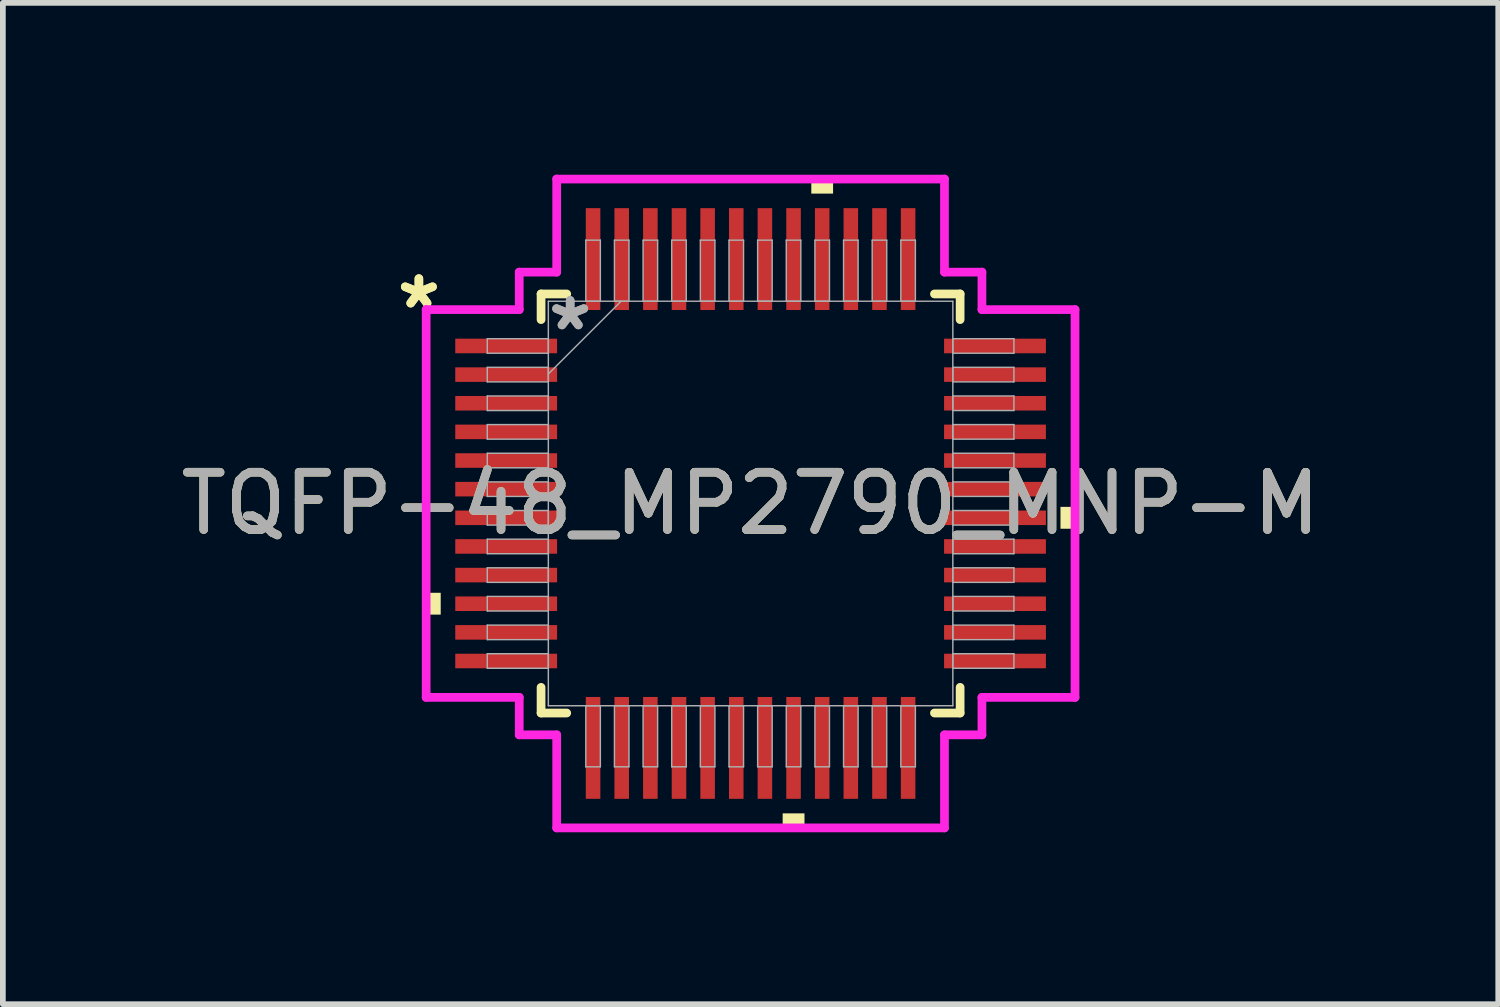
<source format=kicad_pcb>
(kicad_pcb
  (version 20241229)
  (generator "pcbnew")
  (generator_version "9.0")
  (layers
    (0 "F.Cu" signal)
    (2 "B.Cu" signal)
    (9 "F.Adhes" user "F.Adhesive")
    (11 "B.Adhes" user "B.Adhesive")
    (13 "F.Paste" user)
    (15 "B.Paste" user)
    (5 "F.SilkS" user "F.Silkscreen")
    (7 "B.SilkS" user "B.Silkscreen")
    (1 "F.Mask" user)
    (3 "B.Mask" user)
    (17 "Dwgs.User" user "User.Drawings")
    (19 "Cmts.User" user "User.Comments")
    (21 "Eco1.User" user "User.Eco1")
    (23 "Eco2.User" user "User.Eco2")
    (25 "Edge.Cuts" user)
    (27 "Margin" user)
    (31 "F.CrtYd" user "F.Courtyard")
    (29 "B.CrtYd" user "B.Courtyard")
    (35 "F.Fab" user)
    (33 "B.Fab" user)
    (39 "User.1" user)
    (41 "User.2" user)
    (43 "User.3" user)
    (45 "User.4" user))
  (footprint "TQFP-48_MP2790_MNP-M"
    (layer "F.Cu")
    (at 10.054 5.74)
    (property "Reference" "TQFP-48_MP2790_MNP-M" (at 0 0 0) (unlocked yes) (layer "F.SilkS") (effects (font (size 1 1) (thickness 0.15))))
    (attr smd)
    (fp_line (start -3.658 -3.658) (end -3.658 -3.21) (stroke (width 0.152) (type solid)) (layer "F.SilkS"))
    (fp_line (start -3.658 3.21) (end -3.658 3.658) (stroke (width 0.152) (type solid)) (layer "F.SilkS"))
    (fp_line (start -3.658 3.658) (end -3.21 3.658) (stroke (width 0.152) (type solid)) (layer "F.SilkS"))
    (fp_line (start -3.21 -3.658) (end -3.658 -3.658) (stroke (width 0.152) (type solid)) (layer "F.SilkS"))
    (fp_line (start 3.21 3.658) (end 3.658 3.658) (stroke (width 0.152) (type solid)) (layer "F.SilkS"))
    (fp_line (start 3.658 -3.658) (end 3.21 -3.658) (stroke (width 0.152) (type solid)) (layer "F.SilkS"))
    (fp_line (start 3.658 -3.21) (end 3.658 -3.658) (stroke (width 0.152) (type solid)) (layer "F.SilkS"))
    (fp_line (start 3.658 3.658) (end 3.658 3.21) (stroke (width 0.152) (type solid)) (layer "F.SilkS"))
    (fp_poly (pts (xy -5.664 1.559) (xy -5.664 1.94) (xy -5.41 1.94) (xy -5.41 1.559)) (stroke (width 0) (type solid)) (fill yes) (layer "F.SilkS"))
    (fp_poly (pts (xy 0.56 5.41) (xy 0.56 5.664) (xy 0.941 5.664) (xy 0.941 5.41)) (stroke (width 0) (type solid)) (fill yes) (layer "F.SilkS"))
    (fp_poly (pts (xy 1.06 -5.41) (xy 1.06 -5.664) (xy 1.44 -5.664) (xy 1.44 -5.41)) (stroke (width 0) (type solid)) (fill yes) (layer "F.SilkS"))
    (fp_poly (pts (xy 5.664 0.059) (xy 5.664 0.441) (xy 5.41 0.441) (xy 5.41 0.059)) (stroke (width 0) (type solid)) (fill yes) (layer "F.SilkS"))
    (fp_line (start -5.664 -3.385) (end -4.039 -3.385) (stroke (width 0.152) (type solid)) (layer "F.CrtYd"))
    (fp_line (start -5.664 3.385) (end -5.664 -3.385) (stroke (width 0.152) (type solid)) (layer "F.CrtYd"))
    (fp_line (start -4.039 -4.039) (end -3.385 -4.039) (stroke (width 0.152) (type solid)) (layer "F.CrtYd"))
    (fp_line (start -4.039 -3.385) (end -4.039 -4.039) (stroke (width 0.152) (type solid)) (layer "F.CrtYd"))
    (fp_line (start -4.039 3.385) (end -5.664 3.385) (stroke (width 0.152) (type solid)) (layer "F.CrtYd"))
    (fp_line (start -4.039 4.039) (end -4.039 3.385) (stroke (width 0.152) (type solid)) (layer "F.CrtYd"))
    (fp_line (start -4.039 4.039) (end -3.385 4.039) (stroke (width 0.152) (type solid)) (layer "F.CrtYd"))
    (fp_line (start -3.385 -5.664) (end 3.385 -5.664) (stroke (width 0.152) (type solid)) (layer "F.CrtYd"))
    (fp_line (start -3.385 -4.039) (end -3.385 -5.664) (stroke (width 0.152) (type solid)) (layer "F.CrtYd"))
    (fp_line (start -3.385 4.039) (end -3.385 5.664) (stroke (width 0.152) (type solid)) (layer "F.CrtYd"))
    (fp_line (start -3.385 5.664) (end 3.385 5.664) (stroke (width 0.152) (type solid)) (layer "F.CrtYd"))
    (fp_line (start 3.385 -5.664) (end 3.385 -4.039) (stroke (width 0.152) (type solid)) (layer "F.CrtYd"))
    (fp_line (start 3.385 -4.039) (end 4.039 -4.039) (stroke (width 0.152) (type solid)) (layer "F.CrtYd"))
    (fp_line (start 3.385 4.039) (end 4.039 4.039) (stroke (width 0.152) (type solid)) (layer "F.CrtYd"))
    (fp_line (start 3.385 5.664) (end 3.385 4.039) (stroke (width 0.152) (type solid)) (layer "F.CrtYd"))
    (fp_line (start 4.039 -3.385) (end 4.039 -4.039) (stroke (width 0.152) (type solid)) (layer "F.CrtYd"))
    (fp_line (start 4.039 3.385) (end 5.664 3.385) (stroke (width 0.152) (type solid)) (layer "F.CrtYd"))
    (fp_line (start 4.039 4.039) (end 4.039 3.385) (stroke (width 0.152) (type solid)) (layer "F.CrtYd"))
    (fp_line (start 5.664 -3.385) (end 4.039 -3.385) (stroke (width 0.152) (type solid)) (layer "F.CrtYd"))
    (fp_line (start 5.664 3.385) (end 5.664 -3.385) (stroke (width 0.152) (type solid)) (layer "F.CrtYd"))
    (fp_line (start -4.597 -2.877) (end -4.597 -2.623) (stroke (width 0.025) (type solid)) (layer "F.Fab"))
    (fp_line (start -4.597 -2.623) (end -3.531 -2.623) (stroke (width 0.025) (type solid)) (layer "F.Fab"))
    (fp_line (start -4.597 -2.377) (end -4.597 -2.123) (stroke (width 0.025) (type solid)) (layer "F.Fab"))
    (fp_line (start -4.597 -2.123) (end -3.531 -2.123) (stroke (width 0.025) (type solid)) (layer "F.Fab"))
    (fp_line (start -4.597 -1.877) (end -4.597 -1.623) (stroke (width 0.025) (type solid)) (layer "F.Fab"))
    (fp_line (start -4.597 -1.623) (end -3.531 -1.623) (stroke (width 0.025) (type solid)) (layer "F.Fab"))
    (fp_line (start -4.597 -1.377) (end -4.597 -1.123) (stroke (width 0.025) (type solid)) (layer "F.Fab"))
    (fp_line (start -4.597 -1.123) (end -3.531 -1.123) (stroke (width 0.025) (type solid)) (layer "F.Fab"))
    (fp_line (start -4.597 -0.877) (end -4.597 -0.623) (stroke (width 0.025) (type solid)) (layer "F.Fab"))
    (fp_line (start -4.597 -0.623) (end -3.531 -0.623) (stroke (width 0.025) (type solid)) (layer "F.Fab"))
    (fp_line (start -4.597 -0.377) (end -4.597 -0.123) (stroke (width 0.025) (type solid)) (layer "F.Fab"))
    (fp_line (start -4.597 -0.123) (end -3.531 -0.123) (stroke (width 0.025) (type solid)) (layer "F.Fab"))
    (fp_line (start -4.597 0.123) (end -4.597 0.377) (stroke (width 0.025) (type solid)) (layer "F.Fab"))
    (fp_line (start -4.597 0.377) (end -3.531 0.377) (stroke (width 0.025) (type solid)) (layer "F.Fab"))
    (fp_line (start -4.597 0.623) (end -4.597 0.877) (stroke (width 0.025) (type solid)) (layer "F.Fab"))
    (fp_line (start -4.597 0.877) (end -3.531 0.877) (stroke (width 0.025) (type solid)) (layer "F.Fab"))
    (fp_line (start -4.597 1.123) (end -4.597 1.377) (stroke (width 0.025) (type solid)) (layer "F.Fab"))
    (fp_line (start -4.597 1.377) (end -3.531 1.377) (stroke (width 0.025) (type solid)) (layer "F.Fab"))
    (fp_line (start -4.597 1.623) (end -4.597 1.877) (stroke (width 0.025) (type solid)) (layer "F.Fab"))
    (fp_line (start -4.597 1.877) (end -3.531 1.877) (stroke (width 0.025) (type solid)) (layer "F.Fab"))
    (fp_line (start -4.597 2.123) (end -4.597 2.377) (stroke (width 0.025) (type solid)) (layer "F.Fab"))
    (fp_line (start -4.597 2.377) (end -3.531 2.377) (stroke (width 0.025) (type solid)) (layer "F.Fab"))
    (fp_line (start -4.597 2.623) (end -4.597 2.877) (stroke (width 0.025) (type solid)) (layer "F.Fab"))
    (fp_line (start -4.597 2.877) (end -3.531 2.877) (stroke (width 0.025) (type solid)) (layer "F.Fab"))
    (fp_line (start -3.531 -3.531) (end -3.531 3.531) (stroke (width 0.025) (type solid)) (layer "F.Fab"))
    (fp_line (start -3.531 -2.877) (end -4.597 -2.877) (stroke (width 0.025) (type solid)) (layer "F.Fab"))
    (fp_line (start -3.531 -2.623) (end -3.531 -2.877) (stroke (width 0.025) (type solid)) (layer "F.Fab"))
    (fp_line (start -3.531 -2.377) (end -4.597 -2.377) (stroke (width 0.025) (type solid)) (layer "F.Fab"))
    (fp_line (start -3.531 -2.261) (end -2.261 -3.531) (stroke (width 0.025) (type solid)) (layer "F.Fab"))
    (fp_line (start -3.531 -2.123) (end -3.531 -2.377) (stroke (width 0.025) (type solid)) (layer "F.Fab"))
    (fp_line (start -3.531 -1.877) (end -4.597 -1.877) (stroke (width 0.025) (type solid)) (layer "F.Fab"))
    (fp_line (start -3.531 -1.623) (end -3.531 -1.877) (stroke (width 0.025) (type solid)) (layer "F.Fab"))
    (fp_line (start -3.531 -1.377) (end -4.597 -1.377) (stroke (width 0.025) (type solid)) (layer "F.Fab"))
    (fp_line (start -3.531 -1.123) (end -3.531 -1.377) (stroke (width 0.025) (type solid)) (layer "F.Fab"))
    (fp_line (start -3.531 -0.877) (end -4.597 -0.877) (stroke (width 0.025) (type solid)) (layer "F.Fab"))
    (fp_line (start -3.531 -0.623) (end -3.531 -0.877) (stroke (width 0.025) (type solid)) (layer "F.Fab"))
    (fp_line (start -3.531 -0.377) (end -4.597 -0.377) (stroke (width 0.025) (type solid)) (layer "F.Fab"))
    (fp_line (start -3.531 -0.123) (end -3.531 -0.377) (stroke (width 0.025) (type solid)) (layer "F.Fab"))
    (fp_line (start -3.531 0.123) (end -4.597 0.123) (stroke (width 0.025) (type solid)) (layer "F.Fab"))
    (fp_line (start -3.531 0.377) (end -3.531 0.123) (stroke (width 0.025) (type solid)) (layer "F.Fab"))
    (fp_line (start -3.531 0.623) (end -4.597 0.623) (stroke (width 0.025) (type solid)) (layer "F.Fab"))
    (fp_line (start -3.531 0.877) (end -3.531 0.623) (stroke (width 0.025) (type solid)) (layer "F.Fab"))
    (fp_line (start -3.531 1.123) (end -4.597 1.123) (stroke (width 0.025) (type solid)) (layer "F.Fab"))
    (fp_line (start -3.531 1.377) (end -3.531 1.123) (stroke (width 0.025) (type solid)) (layer "F.Fab"))
    (fp_line (start -3.531 1.623) (end -4.597 1.623) (stroke (width 0.025) (type solid)) (layer "F.Fab"))
    (fp_line (start -3.531 1.877) (end -3.531 1.623) (stroke (width 0.025) (type solid)) (layer "F.Fab"))
    (fp_line (start -3.531 2.123) (end -4.597 2.123) (stroke (width 0.025) (type solid)) (layer "F.Fab"))
    (fp_line (start -3.531 2.377) (end -3.531 2.123) (stroke (width 0.025) (type solid)) (layer "F.Fab"))
    (fp_line (start -3.531 2.623) (end -4.597 2.623) (stroke (width 0.025) (type solid)) (layer "F.Fab"))
    (fp_line (start -3.531 2.877) (end -3.531 2.623) (stroke (width 0.025) (type solid)) (layer "F.Fab"))
    (fp_line (start -3.531 3.531) (end 3.531 3.531) (stroke (width 0.025) (type solid)) (layer "F.Fab"))
    (fp_line (start -2.877 -4.597) (end -2.877 -3.531) (stroke (width 0.025) (type solid)) (layer "F.Fab"))
    (fp_line (start -2.877 -3.531) (end -2.623 -3.531) (stroke (width 0.025) (type solid)) (layer "F.Fab"))
    (fp_line (start -2.877 3.531) (end -2.877 4.597) (stroke (width 0.025) (type solid)) (layer "F.Fab"))
    (fp_line (start -2.877 4.597) (end -2.623 4.597) (stroke (width 0.025) (type solid)) (layer "F.Fab"))
    (fp_line (start -2.623 -4.597) (end -2.877 -4.597) (stroke (width 0.025) (type solid)) (layer "F.Fab"))
    (fp_line (start -2.623 -3.531) (end -2.623 -4.597) (stroke (width 0.025) (type solid)) (layer "F.Fab"))
    (fp_line (start -2.623 3.531) (end -2.877 3.531) (stroke (width 0.025) (type solid)) (layer "F.Fab"))
    (fp_line (start -2.623 4.597) (end -2.623 3.531) (stroke (width 0.025) (type solid)) (layer "F.Fab"))
    (fp_line (start -2.377 -4.597) (end -2.377 -3.531) (stroke (width 0.025) (type solid)) (layer "F.Fab"))
    (fp_line (start -2.377 -3.531) (end -2.123 -3.531) (stroke (width 0.025) (type solid)) (layer "F.Fab"))
    (fp_line (start -2.377 3.531) (end -2.377 4.597) (stroke (width 0.025) (type solid)) (layer "F.Fab"))
    (fp_line (start -2.377 4.597) (end -2.123 4.597) (stroke (width 0.025) (type solid)) (layer "F.Fab"))
    (fp_line (start -2.123 -4.597) (end -2.377 -4.597) (stroke (width 0.025) (type solid)) (layer "F.Fab"))
    (fp_line (start -2.123 -3.531) (end -2.123 -4.597) (stroke (width 0.025) (type solid)) (layer "F.Fab"))
    (fp_line (start -2.123 3.531) (end -2.377 3.531) (stroke (width 0.025) (type solid)) (layer "F.Fab"))
    (fp_line (start -2.123 4.597) (end -2.123 3.531) (stroke (width 0.025) (type solid)) (layer "F.Fab"))
    (fp_line (start -1.877 -4.597) (end -1.877 -3.531) (stroke (width 0.025) (type solid)) (layer "F.Fab"))
    (fp_line (start -1.877 -3.531) (end -1.623 -3.531) (stroke (width 0.025) (type solid)) (layer "F.Fab"))
    (fp_line (start -1.877 3.531) (end -1.877 4.597) (stroke (width 0.025) (type solid)) (layer "F.Fab"))
    (fp_line (start -1.877 4.597) (end -1.623 4.597) (stroke (width 0.025) (type solid)) (layer "F.Fab"))
    (fp_line (start -1.623 -4.597) (end -1.877 -4.597) (stroke (width 0.025) (type solid)) (layer "F.Fab"))
    (fp_line (start -1.623 -3.531) (end -1.623 -4.597) (stroke (width 0.025) (type solid)) (layer "F.Fab"))
    (fp_line (start -1.623 3.531) (end -1.877 3.531) (stroke (width 0.025) (type solid)) (layer "F.Fab"))
    (fp_line (start -1.623 4.597) (end -1.623 3.531) (stroke (width 0.025) (type solid)) (layer "F.Fab"))
    (fp_line (start -1.377 -4.597) (end -1.377 -3.531) (stroke (width 0.025) (type solid)) (layer "F.Fab"))
    (fp_line (start -1.377 -3.531) (end -1.123 -3.531) (stroke (width 0.025) (type solid)) (layer "F.Fab"))
    (fp_line (start -1.377 3.531) (end -1.377 4.597) (stroke (width 0.025) (type solid)) (layer "F.Fab"))
    (fp_line (start -1.377 4.597) (end -1.123 4.597) (stroke (width 0.025) (type solid)) (layer "F.Fab"))
    (fp_line (start -1.123 -4.597) (end -1.377 -4.597) (stroke (width 0.025) (type solid)) (layer "F.Fab"))
    (fp_line (start -1.123 -3.531) (end -1.123 -4.597) (stroke (width 0.025) (type solid)) (layer "F.Fab"))
    (fp_line (start -1.123 3.531) (end -1.377 3.531) (stroke (width 0.025) (type solid)) (layer "F.Fab"))
    (fp_line (start -1.123 4.597) (end -1.123 3.531) (stroke (width 0.025) (type solid)) (layer "F.Fab"))
    (fp_line (start -0.877 -4.597) (end -0.877 -3.531) (stroke (width 0.025) (type solid)) (layer "F.Fab"))
    (fp_line (start -0.877 -3.531) (end -0.623 -3.531) (stroke (width 0.025) (type solid)) (layer "F.Fab"))
    (fp_line (start -0.877 3.531) (end -0.877 4.597) (stroke (width 0.025) (type solid)) (layer "F.Fab"))
    (fp_line (start -0.877 4.597) (end -0.623 4.597) (stroke (width 0.025) (type solid)) (layer "F.Fab"))
    (fp_line (start -0.623 -4.597) (end -0.877 -4.597) (stroke (width 0.025) (type solid)) (layer "F.Fab"))
    (fp_line (start -0.623 -3.531) (end -0.623 -4.597) (stroke (width 0.025) (type solid)) (layer "F.Fab"))
    (fp_line (start -0.623 3.531) (end -0.877 3.531) (stroke (width 0.025) (type solid)) (layer "F.Fab"))
    (fp_line (start -0.623 4.597) (end -0.623 3.531) (stroke (width 0.025) (type solid)) (layer "F.Fab"))
    (fp_line (start -0.377 -4.597) (end -0.377 -3.531) (stroke (width 0.025) (type solid)) (layer "F.Fab"))
    (fp_line (start -0.377 -3.531) (end -0.123 -3.531) (stroke (width 0.025) (type solid)) (layer "F.Fab"))
    (fp_line (start -0.377 3.531) (end -0.377 4.597) (stroke (width 0.025) (type solid)) (layer "F.Fab"))
    (fp_line (start -0.377 4.597) (end -0.123 4.597) (stroke (width 0.025) (type solid)) (layer "F.Fab"))
    (fp_line (start -0.123 -4.597) (end -0.377 -4.597) (stroke (width 0.025) (type solid)) (layer "F.Fab"))
    (fp_line (start -0.123 -3.531) (end -0.123 -4.597) (stroke (width 0.025) (type solid)) (layer "F.Fab"))
    (fp_line (start -0.123 3.531) (end -0.377 3.531) (stroke (width 0.025) (type solid)) (layer "F.Fab"))
    (fp_line (start -0.123 4.597) (end -0.123 3.531) (stroke (width 0.025) (type solid)) (layer "F.Fab"))
    (fp_line (start 0.123 -4.597) (end 0.123 -3.531) (stroke (width 0.025) (type solid)) (layer "F.Fab"))
    (fp_line (start 0.123 -3.531) (end 0.377 -3.531) (stroke (width 0.025) (type solid)) (layer "F.Fab"))
    (fp_line (start 0.123 3.531) (end 0.123 4.597) (stroke (width 0.025) (type solid)) (layer "F.Fab"))
    (fp_line (start 0.123 4.597) (end 0.377 4.597) (stroke (width 0.025) (type solid)) (layer "F.Fab"))
    (fp_line (start 0.377 -4.597) (end 0.123 -4.597) (stroke (width 0.025) (type solid)) (layer "F.Fab"))
    (fp_line (start 0.377 -3.531) (end 0.377 -4.597) (stroke (width 0.025) (type solid)) (layer "F.Fab"))
    (fp_line (start 0.377 3.531) (end 0.123 3.531) (stroke (width 0.025) (type solid)) (layer "F.Fab"))
    (fp_line (start 0.377 4.597) (end 0.377 3.531) (stroke (width 0.025) (type solid)) (layer "F.Fab"))
    (fp_line (start 0.623 -4.597) (end 0.623 -3.531) (stroke (width 0.025) (type solid)) (layer "F.Fab"))
    (fp_line (start 0.623 -3.531) (end 0.877 -3.531) (stroke (width 0.025) (type solid)) (layer "F.Fab"))
    (fp_line (start 0.623 3.531) (end 0.623 4.597) (stroke (width 0.025) (type solid)) (layer "F.Fab"))
    (fp_line (start 0.623 4.597) (end 0.877 4.597) (stroke (width 0.025) (type solid)) (layer "F.Fab"))
    (fp_line (start 0.877 -4.597) (end 0.623 -4.597) (stroke (width 0.025) (type solid)) (layer "F.Fab"))
    (fp_line (start 0.877 -3.531) (end 0.877 -4.597) (stroke (width 0.025) (type solid)) (layer "F.Fab"))
    (fp_line (start 0.877 3.531) (end 0.623 3.531) (stroke (width 0.025) (type solid)) (layer "F.Fab"))
    (fp_line (start 0.877 4.597) (end 0.877 3.531) (stroke (width 0.025) (type solid)) (layer "F.Fab"))
    (fp_line (start 1.123 -4.597) (end 1.123 -3.531) (stroke (width 0.025) (type solid)) (layer "F.Fab"))
    (fp_line (start 1.123 -3.531) (end 1.377 -3.531) (stroke (width 0.025) (type solid)) (layer "F.Fab"))
    (fp_line (start 1.123 3.531) (end 1.123 4.597) (stroke (width 0.025) (type solid)) (layer "F.Fab"))
    (fp_line (start 1.123 4.597) (end 1.377 4.597) (stroke (width 0.025) (type solid)) (layer "F.Fab"))
    (fp_line (start 1.377 -4.597) (end 1.123 -4.597) (stroke (width 0.025) (type solid)) (layer "F.Fab"))
    (fp_line (start 1.377 -3.531) (end 1.377 -4.597) (stroke (width 0.025) (type solid)) (layer "F.Fab"))
    (fp_line (start 1.377 3.531) (end 1.123 3.531) (stroke (width 0.025) (type solid)) (layer "F.Fab"))
    (fp_line (start 1.377 4.597) (end 1.377 3.531) (stroke (width 0.025) (type solid)) (layer "F.Fab"))
    (fp_line (start 1.623 -4.597) (end 1.623 -3.531) (stroke (width 0.025) (type solid)) (layer "F.Fab"))
    (fp_line (start 1.623 -3.531) (end 1.877 -3.531) (stroke (width 0.025) (type solid)) (layer "F.Fab"))
    (fp_line (start 1.623 3.531) (end 1.623 4.597) (stroke (width 0.025) (type solid)) (layer "F.Fab"))
    (fp_line (start 1.623 4.597) (end 1.877 4.597) (stroke (width 0.025) (type solid)) (layer "F.Fab"))
    (fp_line (start 1.877 -4.597) (end 1.623 -4.597) (stroke (width 0.025) (type solid)) (layer "F.Fab"))
    (fp_line (start 1.877 -3.531) (end 1.877 -4.597) (stroke (width 0.025) (type solid)) (layer "F.Fab"))
    (fp_line (start 1.877 3.531) (end 1.623 3.531) (stroke (width 0.025) (type solid)) (layer "F.Fab"))
    (fp_line (start 1.877 4.597) (end 1.877 3.531) (stroke (width 0.025) (type solid)) (layer "F.Fab"))
    (fp_line (start 2.123 -4.597) (end 2.123 -3.531) (stroke (width 0.025) (type solid)) (layer "F.Fab"))
    (fp_line (start 2.123 -3.531) (end 2.377 -3.531) (stroke (width 0.025) (type solid)) (layer "F.Fab"))
    (fp_line (start 2.123 3.531) (end 2.123 4.597) (stroke (width 0.025) (type solid)) (layer "F.Fab"))
    (fp_line (start 2.123 4.597) (end 2.377 4.597) (stroke (width 0.025) (type solid)) (layer "F.Fab"))
    (fp_line (start 2.377 -4.597) (end 2.123 -4.597) (stroke (width 0.025) (type solid)) (layer "F.Fab"))
    (fp_line (start 2.377 -3.531) (end 2.377 -4.597) (stroke (width 0.025) (type solid)) (layer "F.Fab"))
    (fp_line (start 2.377 3.531) (end 2.123 3.531) (stroke (width 0.025) (type solid)) (layer "F.Fab"))
    (fp_line (start 2.377 4.597) (end 2.377 3.531) (stroke (width 0.025) (type solid)) (layer "F.Fab"))
    (fp_line (start 2.623 -4.597) (end 2.623 -3.531) (stroke (width 0.025) (type solid)) (layer "F.Fab"))
    (fp_line (start 2.623 -3.531) (end 2.877 -3.531) (stroke (width 0.025) (type solid)) (layer "F.Fab"))
    (fp_line (start 2.623 3.531) (end 2.623 4.597) (stroke (width 0.025) (type solid)) (layer "F.Fab"))
    (fp_line (start 2.623 4.597) (end 2.877 4.597) (stroke (width 0.025) (type solid)) (layer "F.Fab"))
    (fp_line (start 2.877 -4.597) (end 2.623 -4.597) (stroke (width 0.025) (type solid)) (layer "F.Fab"))
    (fp_line (start 2.877 -3.531) (end 2.877 -4.597) (stroke (width 0.025) (type solid)) (layer "F.Fab"))
    (fp_line (start 2.877 3.531) (end 2.623 3.531) (stroke (width 0.025) (type solid)) (layer "F.Fab"))
    (fp_line (start 2.877 4.597) (end 2.877 3.531) (stroke (width 0.025) (type solid)) (layer "F.Fab"))
    (fp_line (start 3.531 -3.531) (end -3.531 -3.531) (stroke (width 0.025) (type solid)) (layer "F.Fab"))
    (fp_line (start 3.531 -2.877) (end 3.531 -2.623) (stroke (width 0.025) (type solid)) (layer "F.Fab"))
    (fp_line (start 3.531 -2.623) (end 4.597 -2.623) (stroke (width 0.025) (type solid)) (layer "F.Fab"))
    (fp_line (start 3.531 -2.377) (end 3.531 -2.123) (stroke (width 0.025) (type solid)) (layer "F.Fab"))
    (fp_line (start 3.531 -2.123) (end 4.597 -2.123) (stroke (width 0.025) (type solid)) (layer "F.Fab"))
    (fp_line (start 3.531 -1.877) (end 3.531 -1.623) (stroke (width 0.025) (type solid)) (layer "F.Fab"))
    (fp_line (start 3.531 -1.623) (end 4.597 -1.623) (stroke (width 0.025) (type solid)) (layer "F.Fab"))
    (fp_line (start 3.531 -1.377) (end 3.531 -1.123) (stroke (width 0.025) (type solid)) (layer "F.Fab"))
    (fp_line (start 3.531 -1.123) (end 4.597 -1.123) (stroke (width 0.025) (type solid)) (layer "F.Fab"))
    (fp_line (start 3.531 -0.877) (end 3.531 -0.623) (stroke (width 0.025) (type solid)) (layer "F.Fab"))
    (fp_line (start 3.531 -0.623) (end 4.597 -0.623) (stroke (width 0.025) (type solid)) (layer "F.Fab"))
    (fp_line (start 3.531 -0.377) (end 3.531 -0.123) (stroke (width 0.025) (type solid)) (layer "F.Fab"))
    (fp_line (start 3.531 -0.123) (end 4.597 -0.123) (stroke (width 0.025) (type solid)) (layer "F.Fab"))
    (fp_line (start 3.531 0.123) (end 3.531 0.377) (stroke (width 0.025) (type solid)) (layer "F.Fab"))
    (fp_line (start 3.531 0.377) (end 4.597 0.377) (stroke (width 0.025) (type solid)) (layer "F.Fab"))
    (fp_line (start 3.531 0.623) (end 3.531 0.877) (stroke (width 0.025) (type solid)) (layer "F.Fab"))
    (fp_line (start 3.531 0.877) (end 4.597 0.877) (stroke (width 0.025) (type solid)) (layer "F.Fab"))
    (fp_line (start 3.531 1.123) (end 3.531 1.377) (stroke (width 0.025) (type solid)) (layer "F.Fab"))
    (fp_line (start 3.531 1.377) (end 4.597 1.377) (stroke (width 0.025) (type solid)) (layer "F.Fab"))
    (fp_line (start 3.531 1.623) (end 3.531 1.877) (stroke (width 0.025) (type solid)) (layer "F.Fab"))
    (fp_line (start 3.531 1.877) (end 4.597 1.877) (stroke (width 0.025) (type solid)) (layer "F.Fab"))
    (fp_line (start 3.531 2.123) (end 3.531 2.377) (stroke (width 0.025) (type solid)) (layer "F.Fab"))
    (fp_line (start 3.531 2.377) (end 4.597 2.377) (stroke (width 0.025) (type solid)) (layer "F.Fab"))
    (fp_line (start 3.531 2.623) (end 3.531 2.877) (stroke (width 0.025) (type solid)) (layer "F.Fab"))
    (fp_line (start 3.531 2.877) (end 4.597 2.877) (stroke (width 0.025) (type solid)) (layer "F.Fab"))
    (fp_line (start 3.531 3.531) (end 3.531 -3.531) (stroke (width 0.025) (type solid)) (layer "F.Fab"))
    (fp_line (start 4.597 -2.877) (end 3.531 -2.877) (stroke (width 0.025) (type solid)) (layer "F.Fab"))
    (fp_line (start 4.597 -2.623) (end 4.597 -2.877) (stroke (width 0.025) (type solid)) (layer "F.Fab"))
    (fp_line (start 4.597 -2.377) (end 3.531 -2.377) (stroke (width 0.025) (type solid)) (layer "F.Fab"))
    (fp_line (start 4.597 -2.123) (end 4.597 -2.377) (stroke (width 0.025) (type solid)) (layer "F.Fab"))
    (fp_line (start 4.597 -1.877) (end 3.531 -1.877) (stroke (width 0.025) (type solid)) (layer "F.Fab"))
    (fp_line (start 4.597 -1.623) (end 4.597 -1.877) (stroke (width 0.025) (type solid)) (layer "F.Fab"))
    (fp_line (start 4.597 -1.377) (end 3.531 -1.377) (stroke (width 0.025) (type solid)) (layer "F.Fab"))
    (fp_line (start 4.597 -1.123) (end 4.597 -1.377) (stroke (width 0.025) (type solid)) (layer "F.Fab"))
    (fp_line (start 4.597 -0.877) (end 3.531 -0.877) (stroke (width 0.025) (type solid)) (layer "F.Fab"))
    (fp_line (start 4.597 -0.623) (end 4.597 -0.877) (stroke (width 0.025) (type solid)) (layer "F.Fab"))
    (fp_line (start 4.597 -0.377) (end 3.531 -0.377) (stroke (width 0.025) (type solid)) (layer "F.Fab"))
    (fp_line (start 4.597 -0.123) (end 4.597 -0.377) (stroke (width 0.025) (type solid)) (layer "F.Fab"))
    (fp_line (start 4.597 0.123) (end 3.531 0.123) (stroke (width 0.025) (type solid)) (layer "F.Fab"))
    (fp_line (start 4.597 0.377) (end 4.597 0.123) (stroke (width 0.025) (type solid)) (layer "F.Fab"))
    (fp_line (start 4.597 0.623) (end 3.531 0.623) (stroke (width 0.025) (type solid)) (layer "F.Fab"))
    (fp_line (start 4.597 0.877) (end 4.597 0.623) (stroke (width 0.025) (type solid)) (layer "F.Fab"))
    (fp_line (start 4.597 1.123) (end 3.531 1.123) (stroke (width 0.025) (type solid)) (layer "F.Fab"))
    (fp_line (start 4.597 1.377) (end 4.597 1.123) (stroke (width 0.025) (type solid)) (layer "F.Fab"))
    (fp_line (start 4.597 1.623) (end 3.531 1.623) (stroke (width 0.025) (type solid)) (layer "F.Fab"))
    (fp_line (start 4.597 1.877) (end 4.597 1.623) (stroke (width 0.025) (type solid)) (layer "F.Fab"))
    (fp_line (start 4.597 2.123) (end 3.531 2.123) (stroke (width 0.025) (type solid)) (layer "F.Fab"))
    (fp_line (start 4.597 2.377) (end 4.597 2.123) (stroke (width 0.025) (type solid)) (layer "F.Fab"))
    (fp_line (start 4.597 2.623) (end 3.531 2.623) (stroke (width 0.025) (type solid)) (layer "F.Fab"))
    (fp_line (start 4.597 2.877) (end 4.597 2.623) (stroke (width 0.025) (type solid)) (layer "F.Fab"))
    (fp_text user "*" (at -5.791 -3.381 0) (unlocked yes) (layer "F.SilkS") (effects (font (size 1 1) (thickness 0.15))))
    (fp_text user "*" (at -5.791 -3.381 0) (layer "F.SilkS") (effects (font (size 1 1) (thickness 0.15))))
    (fp_text user "*" (at -3.15 -3 0) (layer "F.Fab") (effects (font (size 1 1) (thickness 0.15))))
    (fp_text user "*" (at -3.15 -3 0) (unlocked yes) (layer "F.Fab") (effects (font (size 1 1) (thickness 0.15))))
    (fp_text user "${REFERENCE}" (at 0 0 0) (unlocked yes) (layer "F.Fab") (effects (font (size 1 1) (thickness 0.15))))
    (pad "1" smd rect (at -4.267 -2.75 90) (size 0.254 1.778) (layers "F.Cu" "F.Mask" "F.Paste"))
    (pad "2" smd rect (at -4.267 -2.25 90) (size 0.254 1.778) (layers "F.Cu" "F.Mask" "F.Paste"))
    (pad "3" smd rect (at -4.267 -1.75 90) (size 0.254 1.778) (layers "F.Cu" "F.Mask" "F.Paste"))
    (pad "4" smd rect (at -4.267 -1.25 90) (size 0.254 1.778) (layers "F.Cu" "F.Mask" "F.Paste"))
    (pad "5" smd rect (at -4.267 -0.75 90) (size 0.254 1.778) (layers "F.Cu" "F.Mask" "F.Paste"))
    (pad "6" smd rect (at -4.267 -0.25 90) (size 0.254 1.778) (layers "F.Cu" "F.Mask" "F.Paste"))
    (pad "7" smd rect (at -4.267 0.25 90) (size 0.254 1.778) (layers "F.Cu" "F.Mask" "F.Paste"))
    (pad "8" smd rect (at -4.267 0.75 90) (size 0.254 1.778) (layers "F.Cu" "F.Mask" "F.Paste"))
    (pad "9" smd rect (at -4.267 1.25 90) (size 0.254 1.778) (layers "F.Cu" "F.Mask" "F.Paste"))
    (pad "10" smd rect (at -4.267 1.75 90) (size 0.254 1.778) (layers "F.Cu" "F.Mask" "F.Paste"))
    (pad "11" smd rect (at -4.267 2.25 90) (size 0.254 1.778) (layers "F.Cu" "F.Mask" "F.Paste"))
    (pad "12" smd rect (at -4.267 2.75 90) (size 0.254 1.778) (layers "F.Cu" "F.Mask" "F.Paste"))
    (pad "13" smd rect (at -2.75 4.267) (size 0.254 1.778) (layers "F.Cu" "F.Mask" "F.Paste"))
    (pad "14" smd rect (at -2.25 4.267) (size 0.254 1.778) (layers "F.Cu" "F.Mask" "F.Paste"))
    (pad "15" smd rect (at -1.75 4.267) (size 0.254 1.778) (layers "F.Cu" "F.Mask" "F.Paste"))
    (pad "16" smd rect (at -1.25 4.267) (size 0.254 1.778) (layers "F.Cu" "F.Mask" "F.Paste"))
    (pad "17" smd rect (at -0.75 4.267) (size 0.254 1.778) (layers "F.Cu" "F.Mask" "F.Paste"))
    (pad "18" smd rect (at -0.25 4.267) (size 0.254 1.778) (layers "F.Cu" "F.Mask" "F.Paste"))
    (pad "19" smd rect (at 0.25 4.267) (size 0.254 1.778) (layers "F.Cu" "F.Mask" "F.Paste"))
    (pad "20" smd rect (at 0.75 4.267) (size 0.254 1.778) (layers "F.Cu" "F.Mask" "F.Paste"))
    (pad "21" smd rect (at 1.25 4.267) (size 0.254 1.778) (layers "F.Cu" "F.Mask" "F.Paste"))
    (pad "22" smd rect (at 1.75 4.267) (size 0.254 1.778) (layers "F.Cu" "F.Mask" "F.Paste"))
    (pad "23" smd rect (at 2.25 4.267) (size 0.254 1.778) (layers "F.Cu" "F.Mask" "F.Paste"))
    (pad "24" smd rect (at 2.75 4.267) (size 0.254 1.778) (layers "F.Cu" "F.Mask" "F.Paste"))
    (pad "25" smd rect (at 4.267 2.75 90) (size 0.254 1.778) (layers "F.Cu" "F.Mask" "F.Paste"))
    (pad "26" smd rect (at 4.267 2.25 90) (size 0.254 1.778) (layers "F.Cu" "F.Mask" "F.Paste"))
    (pad "27" smd rect (at 4.267 1.75 90) (size 0.254 1.778) (layers "F.Cu" "F.Mask" "F.Paste"))
    (pad "28" smd rect (at 4.267 1.25 90) (size 0.254 1.778) (layers "F.Cu" "F.Mask" "F.Paste"))
    (pad "29" smd rect (at 4.267 0.75 90) (size 0.254 1.778) (layers "F.Cu" "F.Mask" "F.Paste"))
    (pad "30" smd rect (at 4.267 0.25 90) (size 0.254 1.778) (layers "F.Cu" "F.Mask" "F.Paste"))
    (pad "31" smd rect (at 4.267 -0.25 90) (size 0.254 1.778) (layers "F.Cu" "F.Mask" "F.Paste"))
    (pad "32" smd rect (at 4.267 -0.75 90) (size 0.254 1.778) (layers "F.Cu" "F.Mask" "F.Paste"))
    (pad "33" smd rect (at 4.267 -1.25 90) (size 0.254 1.778) (layers "F.Cu" "F.Mask" "F.Paste"))
    (pad "34" smd rect (at 4.267 -1.75 90) (size 0.254 1.778) (layers "F.Cu" "F.Mask" "F.Paste"))
    (pad "35" smd rect (at 4.267 -2.25 90) (size 0.254 1.778) (layers "F.Cu" "F.Mask" "F.Paste"))
    (pad "36" smd rect (at 4.267 -2.75 90) (size 0.254 1.778) (layers "F.Cu" "F.Mask" "F.Paste"))
    (pad "37" smd rect (at 2.75 -4.267) (size 0.254 1.778) (layers "F.Cu" "F.Mask" "F.Paste"))
    (pad "38" smd rect (at 2.25 -4.267) (size 0.254 1.778) (layers "F.Cu" "F.Mask" "F.Paste"))
    (pad "39" smd rect (at 1.75 -4.267) (size 0.254 1.778) (layers "F.Cu" "F.Mask" "F.Paste"))
    (pad "40" smd rect (at 1.25 -4.267) (size 0.254 1.778) (layers "F.Cu" "F.Mask" "F.Paste"))
    (pad "41" smd rect (at 0.75 -4.267) (size 0.254 1.778) (layers "F.Cu" "F.Mask" "F.Paste"))
    (pad "42" smd rect (at 0.25 -4.267) (size 0.254 1.778) (layers "F.Cu" "F.Mask" "F.Paste"))
    (pad "43" smd rect (at -0.25 -4.267) (size 0.254 1.778) (layers "F.Cu" "F.Mask" "F.Paste"))
    (pad "44" smd rect (at -0.75 -4.267) (size 0.254 1.778) (layers "F.Cu" "F.Mask" "F.Paste"))
    (pad "45" smd rect (at -1.25 -4.267) (size 0.254 1.778) (layers "F.Cu" "F.Mask" "F.Paste"))
    (pad "46" smd rect (at -1.75 -4.267) (size 0.254 1.778) (layers "F.Cu" "F.Mask" "F.Paste"))
    (pad "47" smd rect (at -2.25 -4.267) (size 0.254 1.778) (layers "F.Cu" "F.Mask" "F.Paste"))
    (pad "48" smd rect (at -2.75 -4.267) (size 0.254 1.778) (layers "F.Cu" "F.Mask" "F.Paste")))
  (gr_rect
    (start -3 -3)
    (end 23.107 14.481)
    (stroke (width 0.1) (type default))
    (fill no)
    (layer "Edge.Cuts")))
</source>
